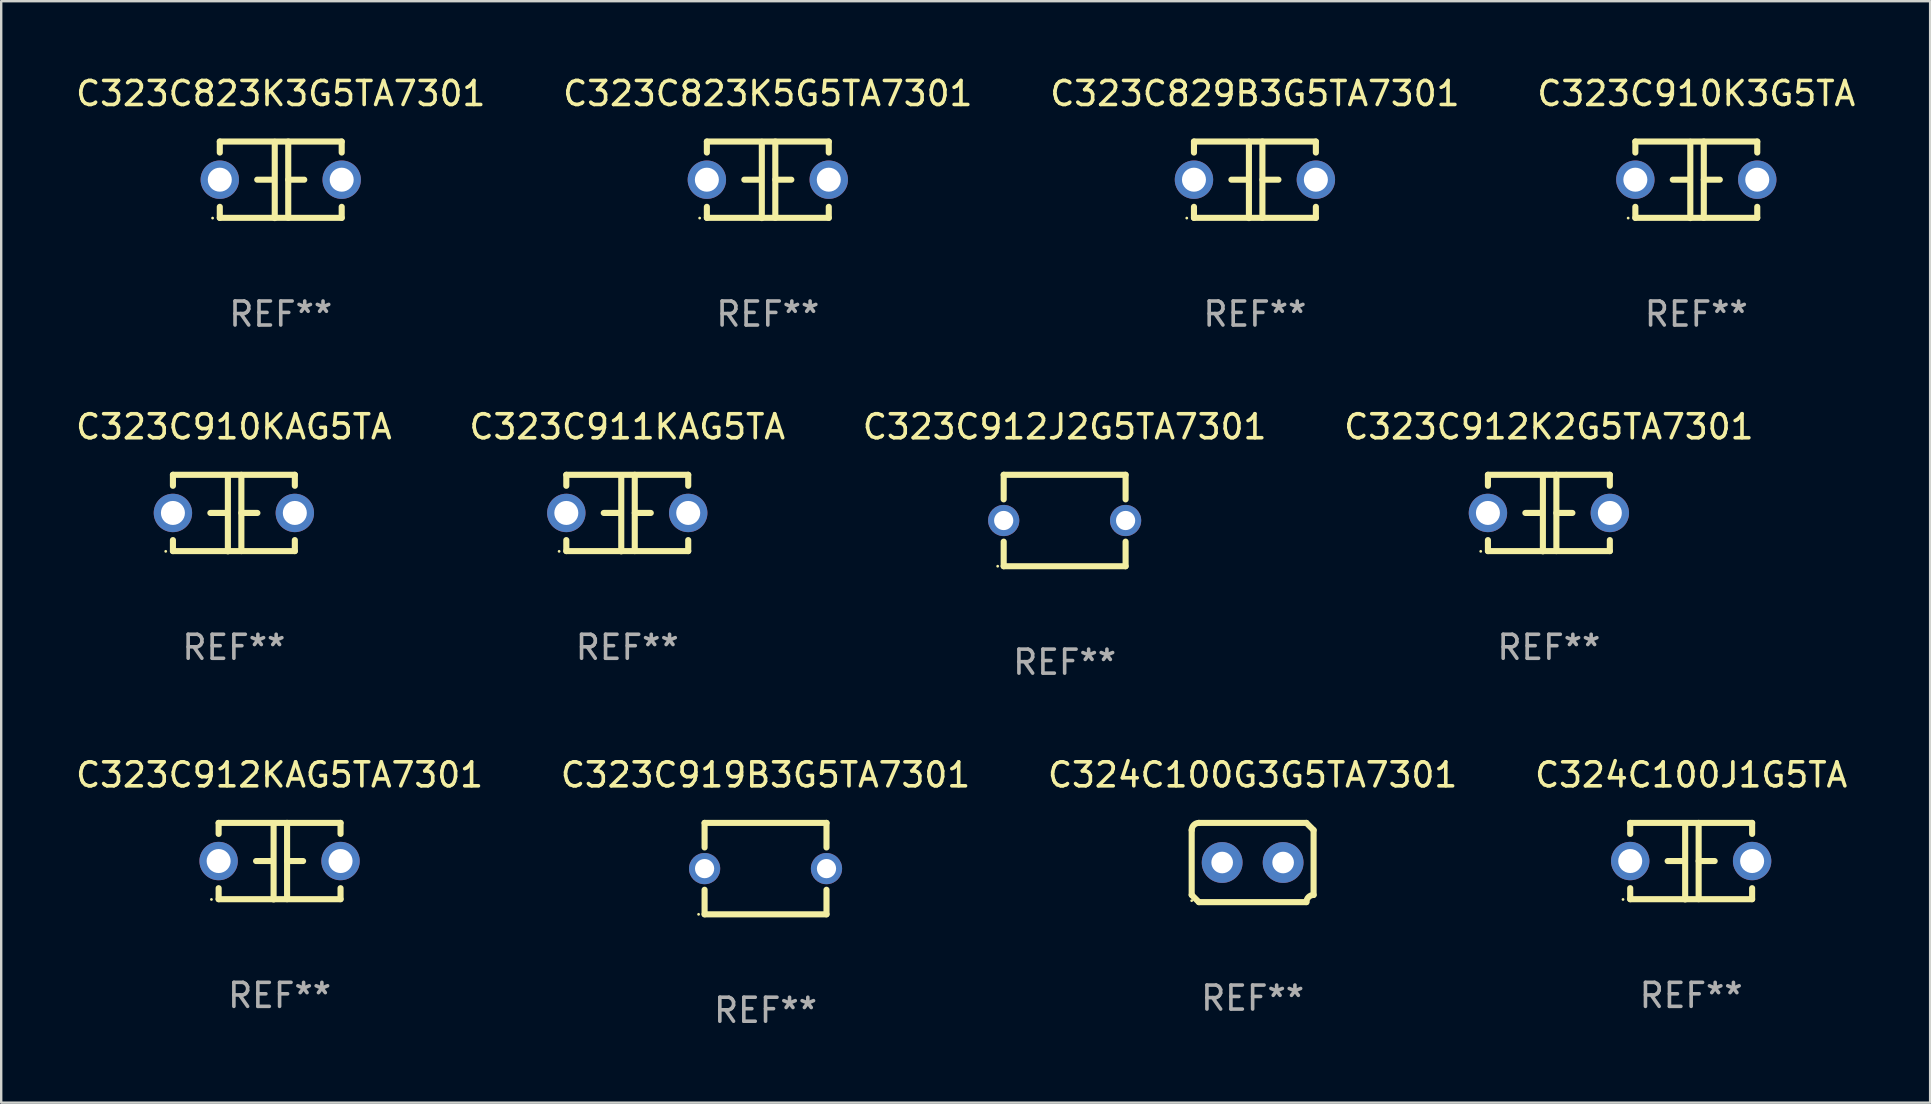
<source format=kicad_pcb>
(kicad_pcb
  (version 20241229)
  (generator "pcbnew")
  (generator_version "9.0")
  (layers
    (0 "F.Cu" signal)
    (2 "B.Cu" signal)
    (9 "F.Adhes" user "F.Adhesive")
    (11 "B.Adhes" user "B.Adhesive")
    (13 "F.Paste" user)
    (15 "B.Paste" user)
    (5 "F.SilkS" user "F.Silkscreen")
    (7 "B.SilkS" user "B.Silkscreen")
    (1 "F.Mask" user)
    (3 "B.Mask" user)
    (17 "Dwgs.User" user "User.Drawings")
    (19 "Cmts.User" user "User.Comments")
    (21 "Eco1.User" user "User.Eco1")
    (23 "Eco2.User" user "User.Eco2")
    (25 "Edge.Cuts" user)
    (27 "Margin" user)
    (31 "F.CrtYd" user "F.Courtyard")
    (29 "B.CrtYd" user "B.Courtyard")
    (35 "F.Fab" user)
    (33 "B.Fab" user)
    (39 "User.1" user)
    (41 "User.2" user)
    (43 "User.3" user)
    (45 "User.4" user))
  (footprint "C324C100G3G5TA7301"
    (layer "F.Cu")
    (at 49.149 32.892)
    (property "Reference" "C324C100G3G5TA7301" (at 0 -3.651 0) (layer "F.SilkS") (effects (font (size 1 1) (thickness 0.15))))
    (attr through_hole)
    (fp_line (start -2.54 -1.351) (end -2.54 1.351) (stroke (width 0.254) (type solid)) (layer "F.SilkS"))
    (fp_line (start -2.24 -1.651) (end 2.24 -1.651) (stroke (width 0.254) (type solid)) (layer "F.SilkS"))
    (fp_line (start 2.24 1.651) (end -2.24 1.651) (stroke (width 0.254) (type solid)) (layer "F.SilkS"))
    (fp_line (start 2.54 1.351) (end 2.54 -1.351) (stroke (width 0.254) (type solid)) (layer "F.SilkS"))
    (fp_arc (start -2.540005 -1.351283) (mid -2.450115 -1.561309) (end -2.240005 -1.651003) (stroke (width 0.254001) (type solid)) (layer "F.SilkS"))
    (fp_arc (start -2.240287 1.651001) (mid -2.390163 1.501019) (end -2.540005 1.351003) (stroke (width 0.254001) (type solid)) (layer "F.SilkS"))
    (fp_arc (start 2.240005 1.651003) (mid 2.329934 1.441015) (end 2.540005 1.351282) (stroke (width 0.254001) (type solid)) (layer "F.SilkS"))
    (fp_arc (start 2.540005 -1.351003) (mid 2.389393 -1.500252) (end 2.240284 -1.651003) (stroke (width 0.254001) (type solid)) (layer "F.SilkS"))
    (fp_circle (center -2.54 1.59) (end -2.51 1.59) (stroke (width 0.06) (type solid)) (fill no) (layer "F.SilkS"))
    (fp_text user "REF**" (at 0 5.651 0) (layer "F.Fab") (effects (font (size 1 1) (thickness 0.15))))
    (pad "1" thru_hole circle (at -1.27 0) (size 1.7 1.7) (drill 0.9) (layers "*.Cu" "*.Mask"))
    (pad "2" thru_hole circle (at 1.27 0) (size 1.7 1.7) (drill 0.9) (layers "*.Cu" "*.Mask")))
  (footprint "C323C912K2G5TA7301"
    (layer "F.Cu")
    (at 61.494 18.33)
    (property "Reference" "C323C912K2G5TA7301" (at 0 -3.595 0) (layer "F.SilkS") (effects (font (size 1 1) (thickness 0.15))))
    (attr through_hole)
    (fp_line (start -2.54 -1.595) (end -2.54 -1.136) (stroke (width 0.254) (type solid)) (layer "F.SilkS"))
    (fp_line (start -2.54 -1.595) (end 2.54 -1.595) (stroke (width 0.254) (type solid)) (layer "F.SilkS"))
    (fp_line (start -2.54 1.126) (end -2.54 1.585) (stroke (width 0.254) (type solid)) (layer "F.SilkS"))
    (fp_line (start -0.312 -0.005) (end -0.98 -0.005) (stroke (width 0.254) (type solid)) (layer "F.SilkS"))
    (fp_line (start -0.25 -1.585) (end -0.25 1.595) (stroke (width 0.254) (type solid)) (layer "F.SilkS"))
    (fp_line (start 0.312 -1.595) (end 0.312 1.585) (stroke (width 0.254) (type solid)) (layer "F.SilkS"))
    (fp_line (start 0.312 -0.005) (end 0.98 -0.005) (stroke (width 0.254) (type solid)) (layer "F.SilkS"))
    (fp_line (start 2.54 -1.595) (end 2.54 -1.136) (stroke (width 0.254) (type solid)) (layer "F.SilkS"))
    (fp_line (start 2.54 1.126) (end 2.54 1.585) (stroke (width 0.254) (type solid)) (layer "F.SilkS"))
    (fp_line (start 2.54 1.585) (end -2.54 1.585) (stroke (width 0.254) (type solid)) (layer "F.SilkS"))
    (fp_circle (center -2.84 1.595) (end -2.81 1.595) (stroke (width 0.06) (type solid)) (fill no) (layer "F.SilkS"))
    (fp_text user "REF**" (at 0 5.595 0) (layer "F.Fab") (effects (font (size 1 1) (thickness 0.15))))
    (pad "1" thru_hole circle (at -2.54 -0.005) (size 1.6 1.6) (drill 1) (layers "*.Cu" "*.Mask"))
    (pad "2" thru_hole circle (at 2.54 -0.005) (size 1.6 1.6) (drill 1) (layers "*.Cu" "*.Mask")))
  (footprint "C323C919B3G5TA7301"
    (layer "F.Cu")
    (at 28.851 33.146)
    (property "Reference" "C323C919B3G5TA7301" (at 0 -3.905 0) (layer "F.SilkS") (effects (font (size 1 1) (thickness 0.15))))
    (attr through_hole)
    (fp_line (start -2.54 -1.905) (end -2.54 -0.881) (stroke (width 0.254) (type solid)) (layer "F.SilkS"))
    (fp_line (start -2.54 0.881) (end -2.54 1.905) (stroke (width 0.254) (type solid)) (layer "F.SilkS"))
    (fp_line (start -2.54 1.905) (end 2.54 1.905) (stroke (width 0.254) (type solid)) (layer "F.SilkS"))
    (fp_line (start 2.54 -1.905) (end -2.54 -1.905) (stroke (width 0.254) (type solid)) (layer "F.SilkS"))
    (fp_line (start 2.54 -0.881) (end 2.54 -1.905) (stroke (width 0.254) (type solid)) (layer "F.SilkS"))
    (fp_line (start 2.54 1.905) (end 2.54 0.881) (stroke (width 0.254) (type solid)) (layer "F.SilkS"))
    (fp_circle (center -2.79 1.905) (end -2.76 1.905) (stroke (width 0.06) (type solid)) (fill no) (layer "F.SilkS"))
    (fp_text user "REF**" (at 0 5.905 0) (layer "F.Fab") (effects (font (size 1 1) (thickness 0.15))))
    (pad "1" thru_hole circle (at -2.54 0) (size 1.3 1.3) (drill 0.8) (layers "*.Cu" "*.Mask"))
    (pad "2" thru_hole circle (at 2.54 0) (size 1.3 1.3) (drill 0.8) (layers "*.Cu" "*.Mask")))
  (footprint "C323C911KAG5TA"
    (layer "F.Cu")
    (at 23.089 18.33)
    (property "Reference" "C323C911KAG5TA" (at 0 -3.595 0) (layer "F.SilkS") (effects (font (size 1 1) (thickness 0.15))))
    (attr through_hole)
    (fp_line (start -2.54 -1.595) (end -2.54 -1.136) (stroke (width 0.254) (type solid)) (layer "F.SilkS"))
    (fp_line (start -2.54 -1.595) (end 2.54 -1.595) (stroke (width 0.254) (type solid)) (layer "F.SilkS"))
    (fp_line (start -2.54 1.126) (end -2.54 1.585) (stroke (width 0.254) (type solid)) (layer "F.SilkS"))
    (fp_line (start -0.312 -0.005) (end -0.98 -0.005) (stroke (width 0.254) (type solid)) (layer "F.SilkS"))
    (fp_line (start -0.25 -1.585) (end -0.25 1.595) (stroke (width 0.254) (type solid)) (layer "F.SilkS"))
    (fp_line (start 0.312 -1.595) (end 0.312 1.585) (stroke (width 0.254) (type solid)) (layer "F.SilkS"))
    (fp_line (start 0.312 -0.005) (end 0.98 -0.005) (stroke (width 0.254) (type solid)) (layer "F.SilkS"))
    (fp_line (start 2.54 -1.595) (end 2.54 -1.136) (stroke (width 0.254) (type solid)) (layer "F.SilkS"))
    (fp_line (start 2.54 1.126) (end 2.54 1.585) (stroke (width 0.254) (type solid)) (layer "F.SilkS"))
    (fp_line (start 2.54 1.585) (end -2.54 1.585) (stroke (width 0.254) (type solid)) (layer "F.SilkS"))
    (fp_circle (center -2.84 1.595) (end -2.81 1.595) (stroke (width 0.06) (type solid)) (fill no) (layer "F.SilkS"))
    (fp_text user "REF**" (at 0 5.595 0) (layer "F.Fab") (effects (font (size 1 1) (thickness 0.15))))
    (pad "1" thru_hole circle (at -2.54 -0.005) (size 1.6 1.6) (drill 1) (layers "*.Cu" "*.Mask"))
    (pad "2" thru_hole circle (at 2.54 -0.005) (size 1.6 1.6) (drill 1) (layers "*.Cu" "*.Mask")))
  (footprint "C323C910K3G5TA"
    (layer "F.Cu")
    (at 67.637 4.443)
    (property "Reference" "C323C910K3G5TA" (at 0 -3.595 0) (layer "F.SilkS") (effects (font (size 1 1) (thickness 0.15))))
    (attr through_hole)
    (fp_line (start -2.54 -1.595) (end -2.54 -1.136) (stroke (width 0.254) (type solid)) (layer "F.SilkS"))
    (fp_line (start -2.54 -1.595) (end 2.54 -1.595) (stroke (width 0.254) (type solid)) (layer "F.SilkS"))
    (fp_line (start -2.54 1.126) (end -2.54 1.585) (stroke (width 0.254) (type solid)) (layer "F.SilkS"))
    (fp_line (start -0.312 -0.005) (end -0.98 -0.005) (stroke (width 0.254) (type solid)) (layer "F.SilkS"))
    (fp_line (start -0.25 -1.585) (end -0.25 1.595) (stroke (width 0.254) (type solid)) (layer "F.SilkS"))
    (fp_line (start 0.312 -1.595) (end 0.312 1.585) (stroke (width 0.254) (type solid)) (layer "F.SilkS"))
    (fp_line (start 0.312 -0.005) (end 0.98 -0.005) (stroke (width 0.254) (type solid)) (layer "F.SilkS"))
    (fp_line (start 2.54 -1.595) (end 2.54 -1.136) (stroke (width 0.254) (type solid)) (layer "F.SilkS"))
    (fp_line (start 2.54 1.126) (end 2.54 1.585) (stroke (width 0.254) (type solid)) (layer "F.SilkS"))
    (fp_line (start 2.54 1.585) (end -2.54 1.585) (stroke (width 0.254) (type solid)) (layer "F.SilkS"))
    (fp_circle (center -2.84 1.595) (end -2.81 1.595) (stroke (width 0.06) (type solid)) (fill no) (layer "F.SilkS"))
    (fp_text user "REF**" (at 0 5.595 0) (layer "F.Fab") (effects (font (size 1 1) (thickness 0.15))))
    (pad "1" thru_hole circle (at -2.54 -0.005) (size 1.6 1.6) (drill 1) (layers "*.Cu" "*.Mask"))
    (pad "2" thru_hole circle (at 2.54 -0.005) (size 1.6 1.6) (drill 1) (layers "*.Cu" "*.Mask")))
  (footprint "C323C912J2G5TA7301"
    (layer "F.Cu")
    (at 41.315 18.64)
    (property "Reference" "C323C912J2G5TA7301" (at 0 -3.905 0) (layer "F.SilkS") (effects (font (size 1 1) (thickness 0.15))))
    (attr through_hole)
    (fp_line (start -2.54 -1.905) (end -2.54 -0.881) (stroke (width 0.254) (type solid)) (layer "F.SilkS"))
    (fp_line (start -2.54 0.881) (end -2.54 1.905) (stroke (width 0.254) (type solid)) (layer "F.SilkS"))
    (fp_line (start -2.54 1.905) (end 2.54 1.905) (stroke (width 0.254) (type solid)) (layer "F.SilkS"))
    (fp_line (start 2.54 -1.905) (end -2.54 -1.905) (stroke (width 0.254) (type solid)) (layer "F.SilkS"))
    (fp_line (start 2.54 -0.881) (end 2.54 -1.905) (stroke (width 0.254) (type solid)) (layer "F.SilkS"))
    (fp_line (start 2.54 1.905) (end 2.54 0.881) (stroke (width 0.254) (type solid)) (layer "F.SilkS"))
    (fp_circle (center -2.79 1.905) (end -2.76 1.905) (stroke (width 0.06) (type solid)) (fill no) (layer "F.SilkS"))
    (fp_text user "REF**" (at 0 5.905 0) (layer "F.Fab") (effects (font (size 1 1) (thickness 0.15))))
    (pad "1" thru_hole circle (at -2.54 0) (size 1.3 1.3) (drill 0.8) (layers "*.Cu" "*.Mask"))
    (pad "2" thru_hole circle (at 2.54 0) (size 1.3 1.3) (drill 0.8) (layers "*.Cu" "*.Mask")))
  (footprint "C323C829B3G5TA7301"
    (layer "F.Cu")
    (at 49.244 4.443)
    (property "Reference" "C323C829B3G5TA7301" (at 0 -3.595 0) (layer "F.SilkS") (effects (font (size 1 1) (thickness 0.15))))
    (attr through_hole)
    (fp_line (start -2.54 -1.595) (end -2.54 -1.136) (stroke (width 0.254) (type solid)) (layer "F.SilkS"))
    (fp_line (start -2.54 -1.595) (end 2.54 -1.595) (stroke (width 0.254) (type solid)) (layer "F.SilkS"))
    (fp_line (start -2.54 1.126) (end -2.54 1.585) (stroke (width 0.254) (type solid)) (layer "F.SilkS"))
    (fp_line (start -0.312 -0.005) (end -0.98 -0.005) (stroke (width 0.254) (type solid)) (layer "F.SilkS"))
    (fp_line (start -0.25 -1.585) (end -0.25 1.595) (stroke (width 0.254) (type solid)) (layer "F.SilkS"))
    (fp_line (start 0.312 -1.595) (end 0.312 1.585) (stroke (width 0.254) (type solid)) (layer "F.SilkS"))
    (fp_line (start 0.312 -0.005) (end 0.98 -0.005) (stroke (width 0.254) (type solid)) (layer "F.SilkS"))
    (fp_line (start 2.54 -1.595) (end 2.54 -1.136) (stroke (width 0.254) (type solid)) (layer "F.SilkS"))
    (fp_line (start 2.54 1.126) (end 2.54 1.585) (stroke (width 0.254) (type solid)) (layer "F.SilkS"))
    (fp_line (start 2.54 1.585) (end -2.54 1.585) (stroke (width 0.254) (type solid)) (layer "F.SilkS"))
    (fp_circle (center -2.84 1.595) (end -2.81 1.595) (stroke (width 0.06) (type solid)) (fill no) (layer "F.SilkS"))
    (fp_text user "REF**" (at 0 5.595 0) (layer "F.Fab") (effects (font (size 1 1) (thickness 0.15))))
    (pad "1" thru_hole circle (at -2.54 -0.005) (size 1.6 1.6) (drill 1) (layers "*.Cu" "*.Mask"))
    (pad "2" thru_hole circle (at 2.54 -0.005) (size 1.6 1.6) (drill 1) (layers "*.Cu" "*.Mask")))
  (footprint "C323C912KAG5TA7301"
    (layer "F.Cu")
    (at 8.601 32.836)
    (property "Reference" "C323C912KAG5TA7301" (at 0 -3.595 0) (layer "F.SilkS") (effects (font (size 1 1) (thickness 0.15))))
    (attr through_hole)
    (fp_line (start -2.54 -1.595) (end -2.54 -1.136) (stroke (width 0.254) (type solid)) (layer "F.SilkS"))
    (fp_line (start -2.54 -1.595) (end 2.54 -1.595) (stroke (width 0.254) (type solid)) (layer "F.SilkS"))
    (fp_line (start -2.54 1.126) (end -2.54 1.585) (stroke (width 0.254) (type solid)) (layer "F.SilkS"))
    (fp_line (start -0.312 -0.005) (end -0.98 -0.005) (stroke (width 0.254) (type solid)) (layer "F.SilkS"))
    (fp_line (start -0.25 -1.585) (end -0.25 1.595) (stroke (width 0.254) (type solid)) (layer "F.SilkS"))
    (fp_line (start 0.312 -1.595) (end 0.312 1.585) (stroke (width 0.254) (type solid)) (layer "F.SilkS"))
    (fp_line (start 0.312 -0.005) (end 0.98 -0.005) (stroke (width 0.254) (type solid)) (layer "F.SilkS"))
    (fp_line (start 2.54 -1.595) (end 2.54 -1.136) (stroke (width 0.254) (type solid)) (layer "F.SilkS"))
    (fp_line (start 2.54 1.126) (end 2.54 1.585) (stroke (width 0.254) (type solid)) (layer "F.SilkS"))
    (fp_line (start 2.54 1.585) (end -2.54 1.585) (stroke (width 0.254) (type solid)) (layer "F.SilkS"))
    (fp_circle (center -2.84 1.595) (end -2.81 1.595) (stroke (width 0.06) (type solid)) (fill no) (layer "F.SilkS"))
    (fp_text user "REF**" (at 0 5.595 0) (layer "F.Fab") (effects (font (size 1 1) (thickness 0.15))))
    (pad "1" thru_hole circle (at -2.54 -0.005) (size 1.6 1.6) (drill 1) (layers "*.Cu" "*.Mask"))
    (pad "2" thru_hole circle (at 2.54 -0.005) (size 1.6 1.6) (drill 1) (layers "*.Cu" "*.Mask")))
  (footprint "C323C823K3G5TA7301"
    (layer "F.Cu")
    (at 8.649 4.443)
    (property "Reference" "C323C823K3G5TA7301" (at 0 -3.595 0) (layer "F.SilkS") (effects (font (size 1 1) (thickness 0.15))))
    (attr through_hole)
    (fp_line (start -2.54 -1.595) (end -2.54 -1.136) (stroke (width 0.254) (type solid)) (layer "F.SilkS"))
    (fp_line (start -2.54 -1.595) (end 2.54 -1.595) (stroke (width 0.254) (type solid)) (layer "F.SilkS"))
    (fp_line (start -2.54 1.126) (end -2.54 1.585) (stroke (width 0.254) (type solid)) (layer "F.SilkS"))
    (fp_line (start -0.312 -0.005) (end -0.98 -0.005) (stroke (width 0.254) (type solid)) (layer "F.SilkS"))
    (fp_line (start -0.25 -1.585) (end -0.25 1.595) (stroke (width 0.254) (type solid)) (layer "F.SilkS"))
    (fp_line (start 0.312 -1.595) (end 0.312 1.585) (stroke (width 0.254) (type solid)) (layer "F.SilkS"))
    (fp_line (start 0.312 -0.005) (end 0.98 -0.005) (stroke (width 0.254) (type solid)) (layer "F.SilkS"))
    (fp_line (start 2.54 -1.595) (end 2.54 -1.136) (stroke (width 0.254) (type solid)) (layer "F.SilkS"))
    (fp_line (start 2.54 1.126) (end 2.54 1.585) (stroke (width 0.254) (type solid)) (layer "F.SilkS"))
    (fp_line (start 2.54 1.585) (end -2.54 1.585) (stroke (width 0.254) (type solid)) (layer "F.SilkS"))
    (fp_circle (center -2.84 1.595) (end -2.81 1.595) (stroke (width 0.06) (type solid)) (fill no) (layer "F.SilkS"))
    (fp_text user "REF**" (at 0 5.595 0) (layer "F.Fab") (effects (font (size 1 1) (thickness 0.15))))
    (pad "1" thru_hole circle (at -2.54 -0.005) (size 1.6 1.6) (drill 1) (layers "*.Cu" "*.Mask"))
    (pad "2" thru_hole circle (at 2.54 -0.005) (size 1.6 1.6) (drill 1) (layers "*.Cu" "*.Mask")))
  (footprint "C323C823K5G5TA7301"
    (layer "F.Cu")
    (at 28.946 4.443)
    (property "Reference" "C323C823K5G5TA7301" (at 0 -3.595 0) (layer "F.SilkS") (effects (font (size 1 1) (thickness 0.15))))
    (attr through_hole)
    (fp_line (start -2.54 -1.595) (end -2.54 -1.136) (stroke (width 0.254) (type solid)) (layer "F.SilkS"))
    (fp_line (start -2.54 -1.595) (end 2.54 -1.595) (stroke (width 0.254) (type solid)) (layer "F.SilkS"))
    (fp_line (start -2.54 1.126) (end -2.54 1.585) (stroke (width 0.254) (type solid)) (layer "F.SilkS"))
    (fp_line (start -0.312 -0.005) (end -0.98 -0.005) (stroke (width 0.254) (type solid)) (layer "F.SilkS"))
    (fp_line (start -0.25 -1.585) (end -0.25 1.595) (stroke (width 0.254) (type solid)) (layer "F.SilkS"))
    (fp_line (start 0.312 -1.595) (end 0.312 1.585) (stroke (width 0.254) (type solid)) (layer "F.SilkS"))
    (fp_line (start 0.312 -0.005) (end 0.98 -0.005) (stroke (width 0.254) (type solid)) (layer "F.SilkS"))
    (fp_line (start 2.54 -1.595) (end 2.54 -1.136) (stroke (width 0.254) (type solid)) (layer "F.SilkS"))
    (fp_line (start 2.54 1.126) (end 2.54 1.585) (stroke (width 0.254) (type solid)) (layer "F.SilkS"))
    (fp_line (start 2.54 1.585) (end -2.54 1.585) (stroke (width 0.254) (type solid)) (layer "F.SilkS"))
    (fp_circle (center -2.84 1.595) (end -2.81 1.595) (stroke (width 0.06) (type solid)) (fill no) (layer "F.SilkS"))
    (fp_text user "REF**" (at 0 5.595 0) (layer "F.Fab") (effects (font (size 1 1) (thickness 0.15))))
    (pad "1" thru_hole circle (at -2.54 -0.005) (size 1.6 1.6) (drill 1) (layers "*.Cu" "*.Mask"))
    (pad "2" thru_hole circle (at 2.54 -0.005) (size 1.6 1.6) (drill 1) (layers "*.Cu" "*.Mask")))
  (footprint "C323C910KAG5TA"
    (layer "F.Cu")
    (at 6.696 18.33)
    (property "Reference" "C323C910KAG5TA" (at 0 -3.595 0) (layer "F.SilkS") (effects (font (size 1 1) (thickness 0.15))))
    (attr through_hole)
    (fp_line (start -2.54 -1.595) (end -2.54 -1.136) (stroke (width 0.254) (type solid)) (layer "F.SilkS"))
    (fp_line (start -2.54 -1.595) (end 2.54 -1.595) (stroke (width 0.254) (type solid)) (layer "F.SilkS"))
    (fp_line (start -2.54 1.126) (end -2.54 1.585) (stroke (width 0.254) (type solid)) (layer "F.SilkS"))
    (fp_line (start -0.312 -0.005) (end -0.98 -0.005) (stroke (width 0.254) (type solid)) (layer "F.SilkS"))
    (fp_line (start -0.25 -1.585) (end -0.25 1.595) (stroke (width 0.254) (type solid)) (layer "F.SilkS"))
    (fp_line (start 0.312 -1.595) (end 0.312 1.585) (stroke (width 0.254) (type solid)) (layer "F.SilkS"))
    (fp_line (start 0.312 -0.005) (end 0.98 -0.005) (stroke (width 0.254) (type solid)) (layer "F.SilkS"))
    (fp_line (start 2.54 -1.595) (end 2.54 -1.136) (stroke (width 0.254) (type solid)) (layer "F.SilkS"))
    (fp_line (start 2.54 1.126) (end 2.54 1.585) (stroke (width 0.254) (type solid)) (layer "F.SilkS"))
    (fp_line (start 2.54 1.585) (end -2.54 1.585) (stroke (width 0.254) (type solid)) (layer "F.SilkS"))
    (fp_circle (center -2.84 1.595) (end -2.81 1.595) (stroke (width 0.06) (type solid)) (fill no) (layer "F.SilkS"))
    (fp_text user "REF**" (at 0 5.595 0) (layer "F.Fab") (effects (font (size 1 1) (thickness 0.15))))
    (pad "1" thru_hole circle (at -2.54 -0.005) (size 1.6 1.6) (drill 1) (layers "*.Cu" "*.Mask"))
    (pad "2" thru_hole circle (at 2.54 -0.005) (size 1.6 1.6) (drill 1) (layers "*.Cu" "*.Mask")))
  (footprint "C324C100J1G5TA"
    (layer "F.Cu")
    (at 67.423 32.836)
    (property "Reference" "C324C100J1G5TA" (at 0 -3.595 0) (layer "F.SilkS") (effects (font (size 1 1) (thickness 0.15))))
    (attr through_hole)
    (fp_line (start -2.54 -1.595) (end -2.54 -1.136) (stroke (width 0.254) (type solid)) (layer "F.SilkS"))
    (fp_line (start -2.54 -1.595) (end 2.54 -1.595) (stroke (width 0.254) (type solid)) (layer "F.SilkS"))
    (fp_line (start -2.54 1.126) (end -2.54 1.585) (stroke (width 0.254) (type solid)) (layer "F.SilkS"))
    (fp_line (start -0.312 -0.005) (end -0.98 -0.005) (stroke (width 0.254) (type solid)) (layer "F.SilkS"))
    (fp_line (start -0.25 -1.585) (end -0.25 1.595) (stroke (width 0.254) (type solid)) (layer "F.SilkS"))
    (fp_line (start 0.312 -1.595) (end 0.312 1.585) (stroke (width 0.254) (type solid)) (layer "F.SilkS"))
    (fp_line (start 0.312 -0.005) (end 0.98 -0.005) (stroke (width 0.254) (type solid)) (layer "F.SilkS"))
    (fp_line (start 2.54 -1.595) (end 2.54 -1.136) (stroke (width 0.254) (type solid)) (layer "F.SilkS"))
    (fp_line (start 2.54 1.126) (end 2.54 1.585) (stroke (width 0.254) (type solid)) (layer "F.SilkS"))
    (fp_line (start 2.54 1.585) (end -2.54 1.585) (stroke (width 0.254) (type solid)) (layer "F.SilkS"))
    (fp_circle (center -2.84 1.595) (end -2.81 1.595) (stroke (width 0.06) (type solid)) (fill no) (layer "F.SilkS"))
    (fp_text user "REF**" (at 0 5.595 0) (layer "F.Fab") (effects (font (size 1 1) (thickness 0.15))))
    (pad "1" thru_hole circle (at -2.54 -0.005) (size 1.6 1.6) (drill 1) (layers "*.Cu" "*.Mask"))
    (pad "2" thru_hole circle (at 2.54 -0.005) (size 1.6 1.6) (drill 1) (layers "*.Cu" "*.Mask")))
  (gr_rect
    (start -3 -3)
    (end 77.381 42.899)
    (stroke (width 0.1) (type default))
    (fill no)
    (layer "Edge.Cuts")))
</source>
